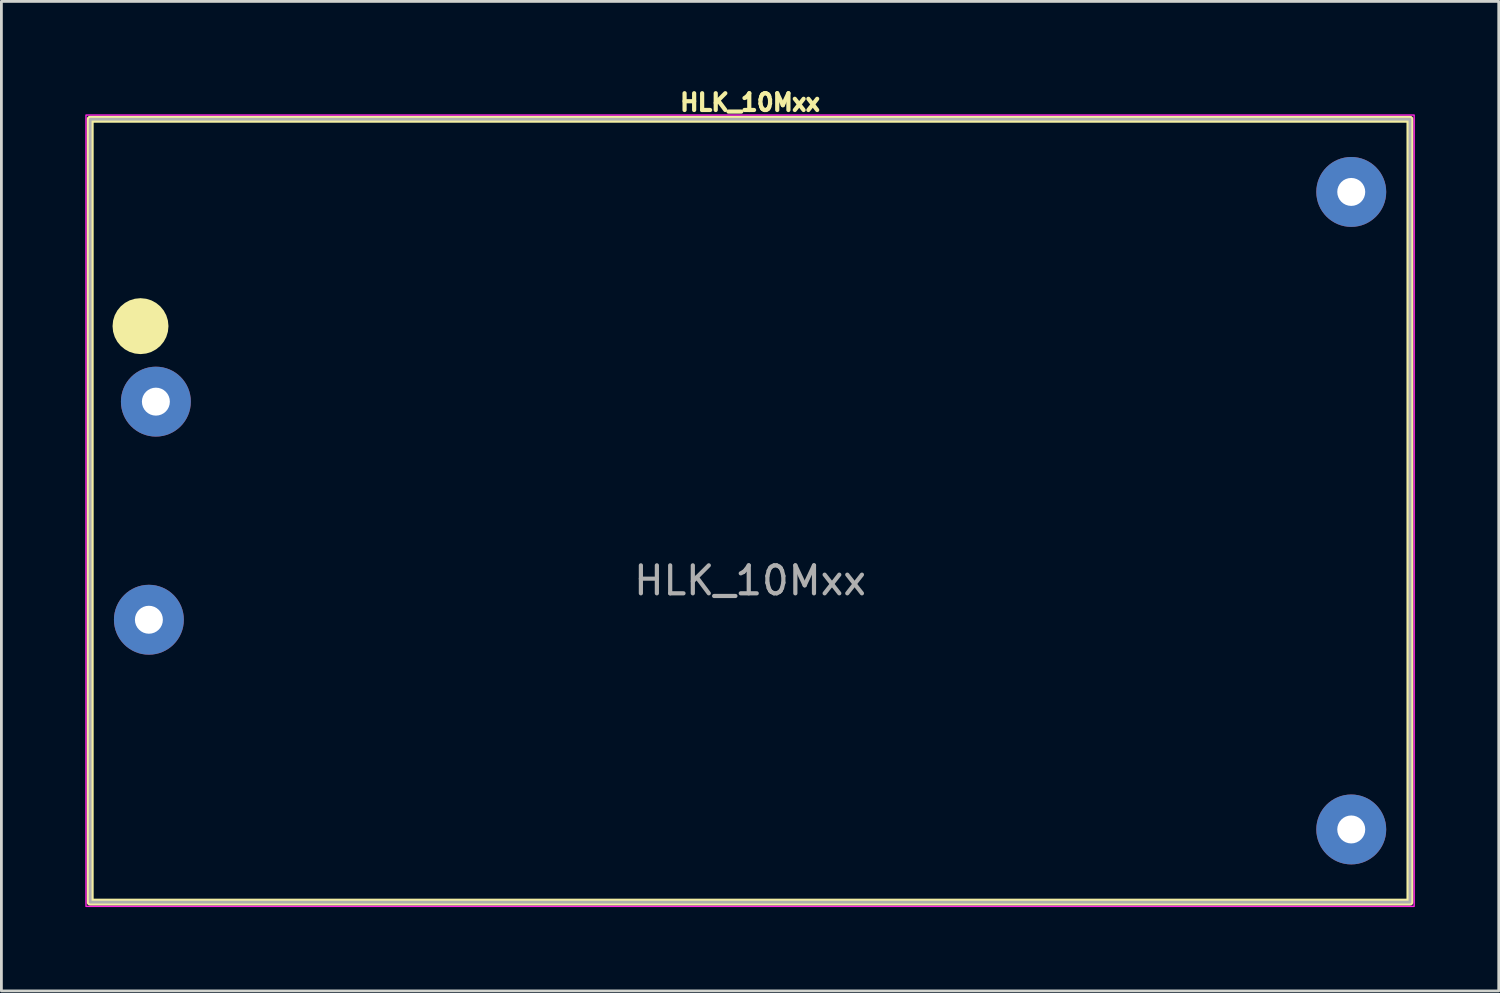
<source format=kicad_pcb>
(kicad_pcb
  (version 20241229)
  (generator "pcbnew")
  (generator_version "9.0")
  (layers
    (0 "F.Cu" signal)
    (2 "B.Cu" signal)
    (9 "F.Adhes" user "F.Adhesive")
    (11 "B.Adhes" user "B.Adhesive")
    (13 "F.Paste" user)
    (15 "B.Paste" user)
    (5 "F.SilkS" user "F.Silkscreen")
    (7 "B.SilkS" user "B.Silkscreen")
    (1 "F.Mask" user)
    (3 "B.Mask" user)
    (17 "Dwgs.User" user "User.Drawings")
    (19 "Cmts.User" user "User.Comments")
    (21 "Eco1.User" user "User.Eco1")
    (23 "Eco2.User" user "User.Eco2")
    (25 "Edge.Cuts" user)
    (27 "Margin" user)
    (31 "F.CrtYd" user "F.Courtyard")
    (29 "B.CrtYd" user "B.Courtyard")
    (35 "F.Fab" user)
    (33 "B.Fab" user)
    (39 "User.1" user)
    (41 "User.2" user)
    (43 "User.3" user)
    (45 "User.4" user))
  (footprint "HLK_10Mxx"
    (layer "F.Cu")
    (at 23.775 15.214)
    (property "Reference" "HLK_10Mxx" (at 0 -14.6 0) (unlocked yes) (layer "F.SilkS") (effects (font (size 0.6 0.6) (thickness 0.15) (bold yes))))
    (attr through_hole)
    (fp_rect (start -23.6 -14) (end 23.6 14) (stroke (width 0.25) (type default)) (fill no) (layer "F.SilkS"))
    (fp_circle (center -21.8 -6.6) (end -21.8 -6.6) (stroke (width 1) (type default)) (fill no) (layer "F.SilkS"))
    (fp_rect (start -23.75 -14.15) (end 23.75 14.15) (stroke (width 0.05) (type default)) (fill no) (layer "F.CrtYd"))
    (fp_rect (start -23.6 -14) (end 23.6 14) (stroke (width 0.1) (type default)) (fill no) (layer "F.Fab"))
    (fp_text user "${REFERENCE}" (at 0 2.5 0) (unlocked yes) (layer "F.Fab") (effects (font (size 1 1) (thickness 0.15))))
    (pad "1" thru_hole circle (at -21.25 -3.9) (size 2.5 2.5) (drill 1) (layers "*.Cu" "*.Mask"))
    (pad "2" thru_hole circle (at -21.5 3.9) (size 2.5 2.5) (drill 1) (layers "*.Cu" "*.Mask"))
    (pad "3" thru_hole circle (at 21.5 11.4) (size 2.5 2.5) (drill 1) (layers "*.Cu" "*.Mask"))
    (pad "4" thru_hole circle (at 21.5 -11.4) (size 2.5 2.5) (drill 1) (layers "*.Cu" "*.Mask")))
  (gr_rect
    (start -3 -3)
    (end 50.55 32.389)
    (stroke (width 0.1) (type default))
    (fill no)
    (layer "Edge.Cuts")))
</source>
